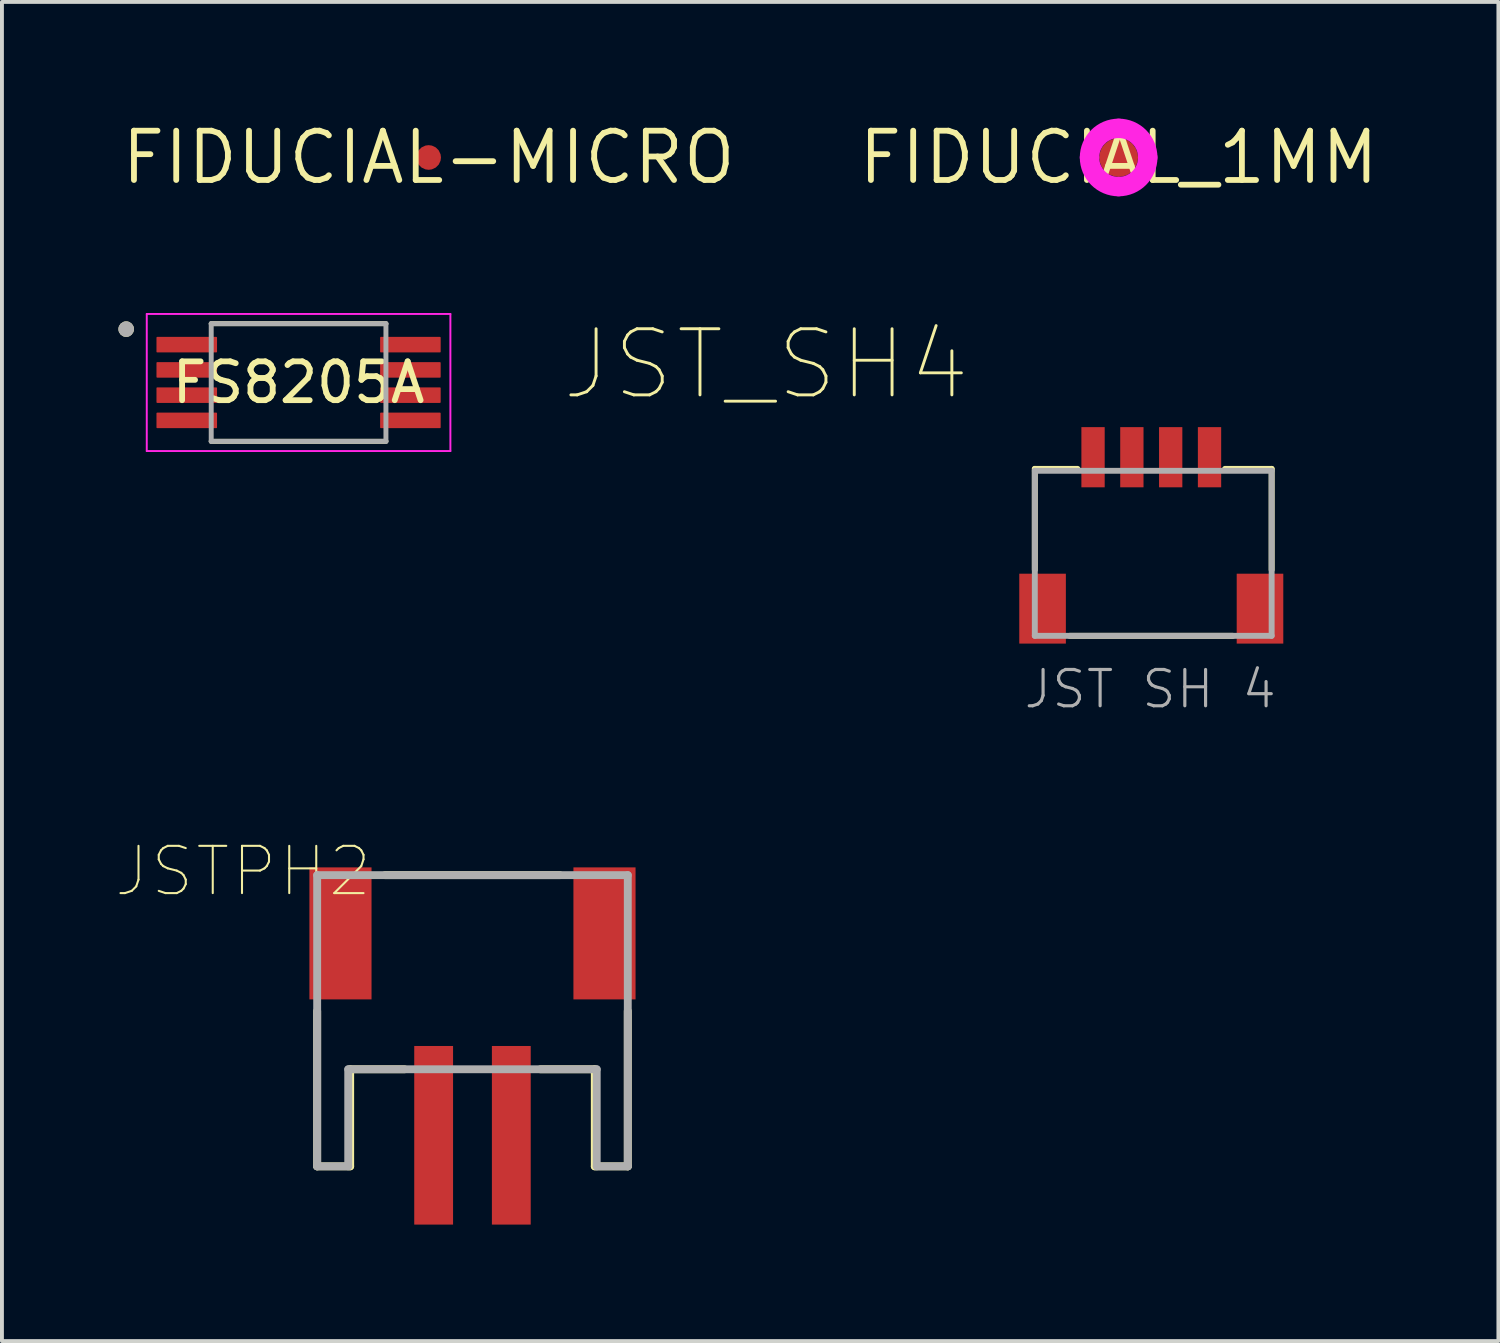
<source format=kicad_pcb>
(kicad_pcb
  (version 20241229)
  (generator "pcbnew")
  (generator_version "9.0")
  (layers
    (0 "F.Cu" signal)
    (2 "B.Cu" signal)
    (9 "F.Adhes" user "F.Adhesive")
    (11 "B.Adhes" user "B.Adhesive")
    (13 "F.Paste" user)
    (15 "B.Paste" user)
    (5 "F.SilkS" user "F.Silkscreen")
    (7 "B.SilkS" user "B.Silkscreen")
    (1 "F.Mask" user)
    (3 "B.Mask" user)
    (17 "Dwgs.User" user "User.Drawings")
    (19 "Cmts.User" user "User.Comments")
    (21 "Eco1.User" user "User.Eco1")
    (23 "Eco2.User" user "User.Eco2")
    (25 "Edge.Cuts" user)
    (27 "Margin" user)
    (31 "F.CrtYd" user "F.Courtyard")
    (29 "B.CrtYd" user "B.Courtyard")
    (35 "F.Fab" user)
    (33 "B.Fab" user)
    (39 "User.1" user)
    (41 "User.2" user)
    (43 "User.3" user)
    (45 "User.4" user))
  (footprint "FS8205A"
    (layer "F.Cu")
    (at 4.64 6.802)
    (property "Reference" "FS8205A" (at 0 0 0) (layer "F.SilkS") (effects (font (size 1 1) (thickness 0.15))))
    (attr smd)
    (fp_line (start -2.25 -1.515) (end 2.25 -1.515) (stroke (width 0.127) (type solid)) (layer "F.SilkS"))
    (fp_line (start -2.25 1.515) (end 2.25 1.515) (stroke (width 0.127) (type solid)) (layer "F.SilkS"))
    (fp_circle (center -4.44 -1.375) (end -4.34 -1.375) (stroke (width 0.2) (type solid)) (fill no) (layer "F.SilkS"))
    (fp_line (start -3.91 -1.765) (end -3.91 1.765) (stroke (width 0.05) (type solid)) (layer "F.CrtYd"))
    (fp_line (start -3.91 -1.765) (end 3.91 -1.765) (stroke (width 0.05) (type solid)) (layer "F.CrtYd"))
    (fp_line (start -3.91 1.765) (end 3.91 1.765) (stroke (width 0.05) (type solid)) (layer "F.CrtYd"))
    (fp_line (start 3.91 -1.765) (end 3.91 1.765) (stroke (width 0.05) (type solid)) (layer "F.CrtYd"))
    (fp_line (start -2.25 -1.515) (end -2.25 1.515) (stroke (width 0.127) (type solid)) (layer "F.Fab"))
    (fp_line (start -2.25 -1.515) (end 2.25 -1.515) (stroke (width 0.127) (type solid)) (layer "F.Fab"))
    (fp_line (start -2.25 1.515) (end 2.25 1.515) (stroke (width 0.127) (type solid)) (layer "F.Fab"))
    (fp_line (start 2.25 -1.515) (end 2.25 1.515) (stroke (width 0.127) (type solid)) (layer "F.Fab"))
    (fp_circle (center -4.44 -1.375) (end -4.34 -1.375) (stroke (width 0.2) (type solid)) (fill no) (layer "F.Fab"))
    (pad "1" smd roundrect (at -2.88 -0.975) (size 1.56 0.4) (layers "F.Cu" "F.Mask" "F.Paste") (roundrect_rratio 0.05))
    (pad "2" smd roundrect (at -2.88 -0.325) (size 1.56 0.4) (layers "F.Cu" "F.Mask" "F.Paste") (roundrect_rratio 0.05))
    (pad "3" smd roundrect (at -2.88 0.325) (size 1.56 0.4) (layers "F.Cu" "F.Mask" "F.Paste") (roundrect_rratio 0.05))
    (pad "4" smd roundrect (at -2.88 0.975) (size 1.56 0.4) (layers "F.Cu" "F.Mask" "F.Paste") (roundrect_rratio 0.05))
    (pad "5" smd roundrect (at 2.88 0.975) (size 1.56 0.4) (layers "F.Cu" "F.Mask" "F.Paste") (roundrect_rratio 0.05))
    (pad "6" smd roundrect (at 2.88 0.325) (size 1.56 0.4) (layers "F.Cu" "F.Mask" "F.Paste") (roundrect_rratio 0.05))
    (pad "7" smd roundrect (at 2.88 -0.325) (size 1.56 0.4) (layers "F.Cu" "F.Mask" "F.Paste") (roundrect_rratio 0.05))
    (pad "8" smd roundrect (at 2.88 -0.975) (size 1.56 0.4) (layers "F.Cu" "F.Mask" "F.Paste") (roundrect_rratio 0.05)))
  (footprint "JST_SH4"
    (layer "F.Cu")
    (at 26.602 11.24)
    (property "Reference" "JST_SH4" (at -4.6 -5.9 180) (layer "F.SilkS") (effects (font (size 1.703 1.703) (thickness 0.075)) (justify right top)))
    (fp_line (start -3 -2.214) (end -1.9 -2.214) (stroke (width 0.152) (type solid)) (layer "F.SilkS"))
    (fp_line (start -3 0.386) (end -3 -2.214) (stroke (width 0.152) (type solid)) (layer "F.SilkS"))
    (fp_line (start -2.1 2.086) (end 2.1 2.086) (stroke (width 0.152) (type solid)) (layer "F.SilkS"))
    (fp_line (start 1.9 -2.214) (end 3.1 -2.214) (stroke (width 0.152) (type solid)) (layer "F.SilkS"))
    (fp_line (start 3.1 -2.214) (end 3.1 0.386) (stroke (width 0.152) (type solid)) (layer "F.SilkS"))
    (fp_line (start -3 -2.164) (end 3.1 -2.164) (stroke (width 0.152) (type solid)) (layer "F.Fab"))
    (fp_line (start -3 2.086) (end -3 -2.164) (stroke (width 0.152) (type solid)) (layer "F.Fab"))
    (fp_line (start 3.1 -2.164) (end 3.1 2.086) (stroke (width 0.152) (type solid)) (layer "F.Fab"))
    (fp_line (start 3.1 2.086) (end -3 2.086) (stroke (width 0.152) (type solid)) (layer "F.Fab"))
    (fp_text user "JST SH 4" (at -3.33 4.006 0) (layer "F.Fab") (effects (font (size 0.935 0.935) (thickness 0.081)) (justify left bottom)))
    (pad "1" smd rect (at -1.5 -2.514 90) (size 1.55 0.6) (layers "F.Cu" "F.Mask" "F.Paste"))
    (pad "2" smd rect (at -0.5 -2.514 90) (size 1.55 0.6) (layers "F.Cu" "F.Mask" "F.Paste"))
    (pad "3" smd rect (at 0.5 -2.514 90) (size 1.55 0.6) (layers "F.Cu" "F.Mask" "F.Paste"))
    (pad "4" smd rect (at 1.5 -2.514 90) (size 1.55 0.6) (layers "F.Cu" "F.Mask" "F.Paste"))
    (pad "MT1" smd rect (at -2.8 1.386 90) (size 1.8 1.2) (layers "F.Cu" "F.Mask" "F.Paste"))
    (pad "MT2" smd rect (at 2.8 1.386 90) (size 1.8 1.2) (layers "F.Cu" "F.Mask" "F.Paste")))
  (footprint "JSTPH2"
    (layer "F.Cu")
    (at 9.119 22.49)
    (property "Reference" "JSTPH2" (at -2.54 -3.81 180) (layer "F.SilkS") (effects (font (size 1.217 1.217) (thickness 0.053)) (justify right top)))
    (fp_line (start -4 4.5) (end -4 0.5) (stroke (width 0.203) (type solid)) (layer "F.SilkS"))
    (fp_line (start -3.15 2) (end -3.15 4.5) (stroke (width 0.203) (type solid)) (layer "F.SilkS"))
    (fp_line (start -3.15 4.5) (end -4 4.5) (stroke (width 0.203) (type solid)) (layer "F.SilkS"))
    (fp_line (start -2.25 -3) (end 2.25 -3) (stroke (width 0.203) (type solid)) (layer "F.SilkS"))
    (fp_line (start -1.75 2) (end -3.15 2) (stroke (width 0.203) (type solid)) (layer "F.SilkS"))
    (fp_line (start 3.15 2) (end 1.75 2) (stroke (width 0.203) (type solid)) (layer "F.SilkS"))
    (fp_line (start 3.15 4.5) (end 3.15 2) (stroke (width 0.203) (type solid)) (layer "F.SilkS"))
    (fp_line (start 4 0.5) (end 4 4.5) (stroke (width 0.203) (type solid)) (layer "F.SilkS"))
    (fp_line (start 4 4.5) (end 3.15 4.5) (stroke (width 0.203) (type solid)) (layer "F.SilkS"))
    (fp_line (start -4 -3) (end 4 -3) (stroke (width 0.203) (type solid)) (layer "F.Fab"))
    (fp_line (start -4 4.5) (end -4 -3) (stroke (width 0.203) (type solid)) (layer "F.Fab"))
    (fp_line (start -3.2 2) (end -3.2 4.5) (stroke (width 0.203) (type solid)) (layer "F.Fab"))
    (fp_line (start -3.2 4.5) (end -4 4.5) (stroke (width 0.203) (type solid)) (layer "F.Fab"))
    (fp_line (start 3.2 2) (end -3.2 2) (stroke (width 0.203) (type solid)) (layer "F.Fab"))
    (fp_line (start 3.2 4.5) (end 3.2 2) (stroke (width 0.203) (type solid)) (layer "F.Fab"))
    (fp_line (start 4 -3) (end 4 4.5) (stroke (width 0.203) (type solid)) (layer "F.Fab"))
    (fp_line (start 4 4.5) (end 3.2 4.5) (stroke (width 0.203) (type solid)) (layer "F.Fab"))
    (pad "1" smd rect (at -1 3.7) (size 1 4.6) (layers "F.Cu" "F.Mask" "F.Paste"))
    (pad "2" smd rect (at 1 3.7) (size 1 4.6) (layers "F.Cu" "F.Mask" "F.Paste"))
    (pad "NC1" smd rect (at -3.4 -1.5 90) (size 3.4 1.6) (layers "F.Cu" "F.Mask" "F.Paste"))
    (pad "NC2" smd rect (at 3.4 -1.5 90) (size 3.4 1.6) (layers "F.Cu" "F.Mask" "F.Paste")))
  (footprint "FIDUCIAL_1MM"
    (layer "F.Cu")
    (at 25.761 1.006)
    (property "Reference" "FIDUCIAL_1MM" (at 0 0 0) (layer "F.SilkS") (effects (font (size 1.27 1.27) (thickness 0.15))))
    (fp_arc (start -0.75 0) (mid -0.53033 -0.53033) (end 0 -0.75) (stroke (width 0.5) (type solid)) (layer "F.Mask"))
    (fp_arc (start 0 -0.75) (mid 0.53033 -0.53033) (end 0.75 0) (stroke (width 0.5) (type solid)) (layer "F.Mask"))
    (fp_arc (start 0 0.75) (mid -0.53033 0.53033) (end -0.75 0) (stroke (width 0.5) (type solid)) (layer "F.Mask"))
    (fp_arc (start 0.75 0) (mid 0.53033 0.53033) (end 0 0.75) (stroke (width 0.5) (type solid)) (layer "F.Mask"))
    (fp_arc (start -0.75 0) (mid -0.53033 -0.53033) (end 0 -0.75) (stroke (width 0.5) (type solid)) (layer "F.CrtYd"))
    (fp_arc (start 0 -0.75) (mid 0.53033 -0.53033) (end 0.75 0) (stroke (width 0.5) (type solid)) (layer "F.CrtYd"))
    (fp_arc (start 0 0.75) (mid -0.53033 0.53033) (end -0.75 0) (stroke (width 0.5) (type solid)) (layer "F.CrtYd"))
    (fp_arc (start 0.75 0) (mid 0.53033 0.53033) (end 0 0.75) (stroke (width 0.5) (type solid)) (layer "F.CrtYd"))
    (pad "1" smd roundrect (at 0 0) (size 1 1) (layers "F.Cu" "F.Mask") (roundrect_rratio 0.5)))
  (footprint "FIDUCIAL-MICRO"
    (layer "F.Cu")
    (at 7.99 1.006)
    (property "Reference" "FIDUCIAL-MICRO" (at 0 0 0) (layer "F.SilkS") (effects (font (size 1.27 1.27) (thickness 0.15))))
    (pad "1" smd roundrect (at 0 0 180) (size 0.635 0.635) (layers "F.Cu" "F.Mask") (roundrect_rratio 0.5)))
  (gr_rect
    (start -3 -3)
    (end 35.542 31.49)
    (stroke (width 0.1) (type default))
    (fill no)
    (layer "Edge.Cuts")))
</source>
